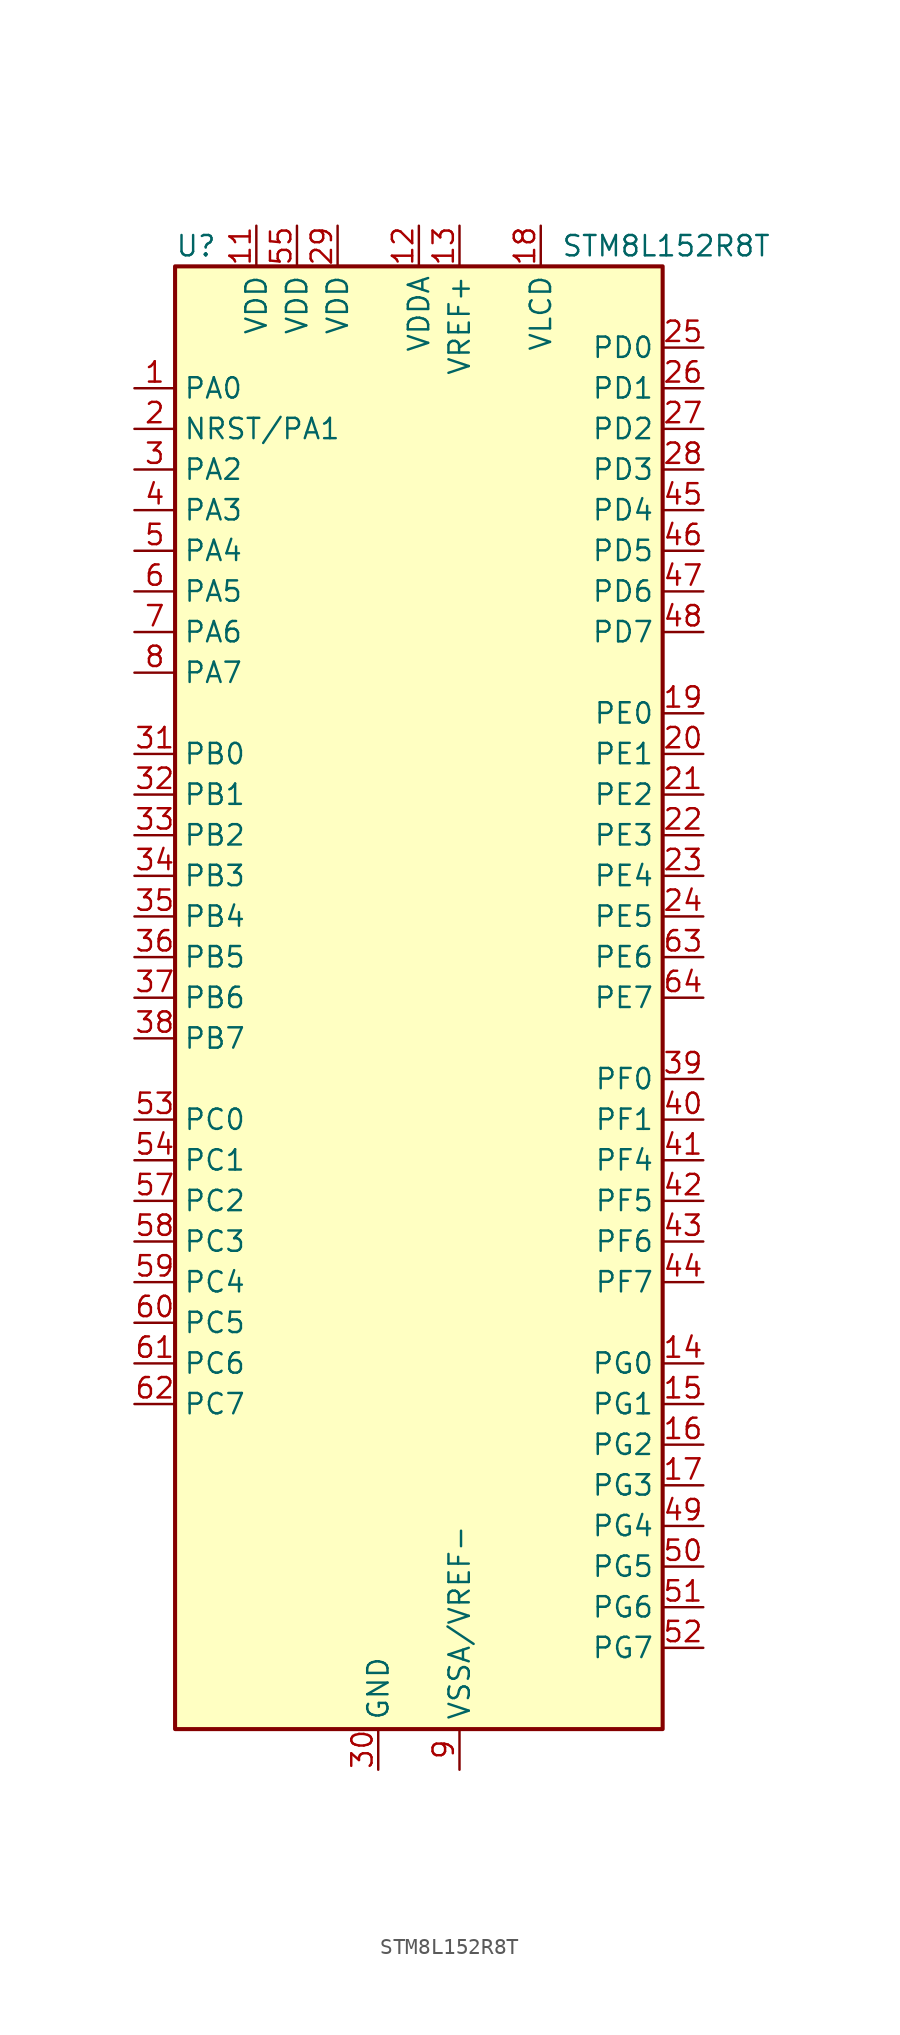
<source format=kicad_sym>
(kicad_symbol_lib
  (version 20201005)
  (generator kicad_symbol_editor)
  (symbol "MCU_ST_STM8:STM8L152R8T"
    (property "Reference" "U"
      (at -15.24 46.99 0)
      (effects (font (size 1.27 1.27)) (justify left)))
    (property "Value" "STM8L152R8T"
      (at 8.89 46.99 0)
      (effects (font (size 1.27 1.27)) (justify left)))
    (symbol "STM8L152R8T_0_0"
      (pin passive line (at -2.54 -48.26 90) (length 2.54) hide (name "GND" (effects (font (size 1.27 1.27)))) (number "10" (effects (font (size 1.27 1.27)))))
      (pin bidirectional line (at 17.78 12.7 180) (length 2.54) (name "PE2" (effects (font (size 1.27 1.27)))) (number "21" (effects (font (size 1.27 1.27)))))
      (pin bidirectional line (at 17.78 10.16 180) (length 2.54) (name "PE3" (effects (font (size 1.27 1.27)))) (number "22" (effects (font (size 1.27 1.27)))))
      (pin bidirectional line (at 17.78 7.62 180) (length 2.54) (name "PE4" (effects (font (size 1.27 1.27)))) (number "23" (effects (font (size 1.27 1.27)))))
      (pin bidirectional line (at 17.78 5.08 180) (length 2.54) (name "PE5" (effects (font (size 1.27 1.27)))) (number "24" (effects (font (size 1.27 1.27)))))
      (pin bidirectional line (at 17.78 40.64 180) (length 2.54) (name "PD0" (effects (font (size 1.27 1.27)))) (number "25" (effects (font (size 1.27 1.27)))))
      (pin bidirectional line (at 17.78 38.1 180) (length 2.54) (name "PD1" (effects (font (size 1.27 1.27)))) (number "26" (effects (font (size 1.27 1.27)))))
      (pin bidirectional line (at 17.78 35.56 180) (length 2.54) (name "PD2" (effects (font (size 1.27 1.27)))) (number "27" (effects (font (size 1.27 1.27)))))
      (pin bidirectional line (at 17.78 33.02 180) (length 2.54) (name "PD3" (effects (font (size 1.27 1.27)))) (number "28" (effects (font (size 1.27 1.27)))))
      (pin power_in line (at -5.08 48.26 270) (length 2.54) (name "VDD" (effects (font (size 1.27 1.27)))) (number "29" (effects (font (size 1.27 1.27)))))
      (pin power_in line (at -2.54 -48.26 90) (length 2.54) (name "GND" (effects (font (size 1.27 1.27)))) (number "30" (effects (font (size 1.27 1.27)))))
      (pin bidirectional line (at -17.78 15.24 0) (length 2.54) (name "PB0" (effects (font (size 1.27 1.27)))) (number "31" (effects (font (size 1.27 1.27)))))
      (pin bidirectional line (at -17.78 12.7 0) (length 2.54) (name "PB1" (effects (font (size 1.27 1.27)))) (number "32" (effects (font (size 1.27 1.27)))))
      (pin bidirectional line (at -17.78 10.16 0) (length 2.54) (name "PB2" (effects (font (size 1.27 1.27)))) (number "33" (effects (font (size 1.27 1.27)))))
      (pin bidirectional line (at -17.78 7.62 0) (length 2.54) (name "PB3" (effects (font (size 1.27 1.27)))) (number "34" (effects (font (size 1.27 1.27)))))
      (pin bidirectional line (at -17.78 5.08 0) (length 2.54) (name "PB4" (effects (font (size 1.27 1.27)))) (number "35" (effects (font (size 1.27 1.27)))))
      (pin bidirectional line (at -17.78 2.54 0) (length 2.54) (name "PB5" (effects (font (size 1.27 1.27)))) (number "36" (effects (font (size 1.27 1.27)))))
      (pin bidirectional line (at -17.78 0 0) (length 2.54) (name "PB6" (effects (font (size 1.27 1.27)))) (number "37" (effects (font (size 1.27 1.27)))))
      (pin bidirectional line (at -17.78 -2.54 0) (length 2.54) (name "PB7" (effects (font (size 1.27 1.27)))) (number "38" (effects (font (size 1.27 1.27)))))
      (pin bidirectional line (at 17.78 -5.08 180) (length 2.54) (name "PF0" (effects (font (size 1.27 1.27)))) (number "39" (effects (font (size 1.27 1.27)))))
      (pin bidirectional line (at 17.78 -7.62 180) (length 2.54) (name "PF1" (effects (font (size 1.27 1.27)))) (number "40" (effects (font (size 1.27 1.27)))))
      (pin bidirectional line (at 17.78 -10.16 180) (length 2.54) (name "PF4" (effects (font (size 1.27 1.27)))) (number "41" (effects (font (size 1.27 1.27)))))
      (pin bidirectional line (at 17.78 -12.7 180) (length 2.54) (name "PF5" (effects (font (size 1.27 1.27)))) (number "42" (effects (font (size 1.27 1.27)))))
      (pin bidirectional line (at 17.78 -15.24 180) (length 2.54) (name "PF6" (effects (font (size 1.27 1.27)))) (number "43" (effects (font (size 1.27 1.27)))))
      (pin bidirectional line (at 17.78 -17.78 180) (length 2.54) (name "PF7" (effects (font (size 1.27 1.27)))) (number "44" (effects (font (size 1.27 1.27)))))
      (pin bidirectional line (at 17.78 30.48 180) (length 2.54) (name "PD4" (effects (font (size 1.27 1.27)))) (number "45" (effects (font (size 1.27 1.27)))))
      (pin bidirectional line (at 17.78 27.94 180) (length 2.54) (name "PD5" (effects (font (size 1.27 1.27)))) (number "46" (effects (font (size 1.27 1.27)))))
      (pin bidirectional line (at 17.78 25.4 180) (length 2.54) (name "PD6" (effects (font (size 1.27 1.27)))) (number "47" (effects (font (size 1.27 1.27)))))
      (pin bidirectional line (at 17.78 22.86 180) (length 2.54) (name "PD7" (effects (font (size 1.27 1.27)))) (number "48" (effects (font (size 1.27 1.27)))))
      (pin bidirectional line (at 17.78 -33.02 180) (length 2.54) (name "PG4" (effects (font (size 1.27 1.27)))) (number "49" (effects (font (size 1.27 1.27)))))
      (pin bidirectional line (at 17.78 -35.56 180) (length 2.54) (name "PG5" (effects (font (size 1.27 1.27)))) (number "50" (effects (font (size 1.27 1.27)))))
      (pin bidirectional line (at 17.78 -38.1 180) (length 2.54) (name "PG6" (effects (font (size 1.27 1.27)))) (number "51" (effects (font (size 1.27 1.27)))))
      (pin bidirectional line (at 17.78 -40.64 180) (length 2.54) (name "PG7" (effects (font (size 1.27 1.27)))) (number "52" (effects (font (size 1.27 1.27)))))
      (pin bidirectional line (at -17.78 -7.62 0) (length 2.54) (name "PC0" (effects (font (size 1.27 1.27)))) (number "53" (effects (font (size 1.27 1.27)))))
      (pin bidirectional line (at -17.78 -10.16 0) (length 2.54) (name "PC1" (effects (font (size 1.27 1.27)))) (number "54" (effects (font (size 1.27 1.27)))))
      (pin power_in line (at -7.62 48.26 270) (length 2.54) (name "VDD" (effects (font (size 1.27 1.27)))) (number "55" (effects (font (size 1.27 1.27)))))
      (pin passive line (at -2.54 -48.26 90) (length 2.54) hide (name "GND" (effects (font (size 1.27 1.27)))) (number "56" (effects (font (size 1.27 1.27)))))
      (pin bidirectional line (at -17.78 -12.7 0) (length 2.54) (name "PC2" (effects (font (size 1.27 1.27)))) (number "57" (effects (font (size 1.27 1.27)))))
      (pin bidirectional line (at -17.78 -15.24 0) (length 2.54) (name "PC3" (effects (font (size 1.27 1.27)))) (number "58" (effects (font (size 1.27 1.27)))))
      (pin bidirectional line (at -17.78 -17.78 0) (length 2.54) (name "PC4" (effects (font (size 1.27 1.27)))) (number "59" (effects (font (size 1.27 1.27)))))
      (pin bidirectional line (at -17.78 -20.32 0) (length 2.54) (name "PC5" (effects (font (size 1.27 1.27)))) (number "60" (effects (font (size 1.27 1.27)))))
      (pin bidirectional line (at -17.78 -22.86 0) (length 2.54) (name "PC6" (effects (font (size 1.27 1.27)))) (number "61" (effects (font (size 1.27 1.27)))))
      (pin bidirectional line (at -17.78 -25.4 0) (length 2.54) (name "PC7" (effects (font (size 1.27 1.27)))) (number "62" (effects (font (size 1.27 1.27)))))
      (pin bidirectional line (at 17.78 2.54 180) (length 2.54) (name "PE6" (effects (font (size 1.27 1.27)))) (number "63" (effects (font (size 1.27 1.27)))))
      (pin bidirectional line (at 17.78 0 180) (length 2.54) (name "PE7" (effects (font (size 1.27 1.27)))) (number "64" (effects (font (size 1.27 1.27))))))
    (symbol "STM8L152R8T_0_1"
      (rectangle (start -15.24 45.72) (end 15.24 -45.72) (stroke (width 0.254)) (fill (type background))))
    (symbol "STM8L152R8T_1_1"
      (pin bidirectional line (at -17.78 38.1 0) (length 2.54) (name "PA0" (effects (font (size 1.27 1.27)))) (number "1" (effects (font (size 1.27 1.27)))))
      (pin power_in line (at -10.16 48.26 270) (length 2.54) (name "VDD" (effects (font (size 1.27 1.27)))) (number "11" (effects (font (size 1.27 1.27)))))
      (pin power_in line (at 0 48.26 270) (length 2.54) (name "VDDA" (effects (font (size 1.27 1.27)))) (number "12" (effects (font (size 1.27 1.27)))))
      (pin power_in line (at 2.54 48.26 270) (length 2.54) (name "VREF+" (effects (font (size 1.27 1.27)))) (number "13" (effects (font (size 1.27 1.27)))))
      (pin bidirectional line (at 17.78 -22.86 180) (length 2.54) (name "PG0" (effects (font (size 1.27 1.27)))) (number "14" (effects (font (size 1.27 1.27)))))
      (pin bidirectional line (at 17.78 -25.4 180) (length 2.54) (name "PG1" (effects (font (size 1.27 1.27)))) (number "15" (effects (font (size 1.27 1.27)))))
      (pin bidirectional line (at 17.78 -27.94 180) (length 2.54) (name "PG2" (effects (font (size 1.27 1.27)))) (number "16" (effects (font (size 1.27 1.27)))))
      (pin bidirectional line (at 17.78 -30.48 180) (length 2.54) (name "PG3" (effects (font (size 1.27 1.27)))) (number "17" (effects (font (size 1.27 1.27)))))
      (pin power_in line (at 7.62 48.26 270) (length 2.54) (name "VLCD" (effects (font (size 1.27 1.27)))) (number "18" (effects (font (size 1.27 1.27)))))
      (pin bidirectional line (at 17.78 17.78 180) (length 2.54) (name "PE0" (effects (font (size 1.27 1.27)))) (number "19" (effects (font (size 1.27 1.27)))))
      (pin bidirectional line (at -17.78 35.56 0) (length 2.54) (name "NRST/PA1" (effects (font (size 1.27 1.27)))) (number "2" (effects (font (size 1.27 1.27)))))
      (pin bidirectional line (at 17.78 15.24 180) (length 2.54) (name "PE1" (effects (font (size 1.27 1.27)))) (number "20" (effects (font (size 1.27 1.27)))))
      (pin bidirectional line (at -17.78 33.02 0) (length 2.54) (name "PA2" (effects (font (size 1.27 1.27)))) (number "3" (effects (font (size 1.27 1.27)))))
      (pin bidirectional line (at -17.78 30.48 0) (length 2.54) (name "PA3" (effects (font (size 1.27 1.27)))) (number "4" (effects (font (size 1.27 1.27)))))
      (pin bidirectional line (at -17.78 27.94 0) (length 2.54) (name "PA4" (effects (font (size 1.27 1.27)))) (number "5" (effects (font (size 1.27 1.27)))))
      (pin bidirectional line (at -17.78 25.4 0) (length 2.54) (name "PA5" (effects (font (size 1.27 1.27)))) (number "6" (effects (font (size 1.27 1.27)))))
      (pin bidirectional line (at -17.78 22.86 0) (length 2.54) (name "PA6" (effects (font (size 1.27 1.27)))) (number "7" (effects (font (size 1.27 1.27)))))
      (pin bidirectional line (at -17.78 20.32 0) (length 2.54) (name "PA7" (effects (font (size 1.27 1.27)))) (number "8" (effects (font (size 1.27 1.27)))))
      (pin power_in line (at 2.54 -48.26 90) (length 2.54) (name "VSSA/VREF-" (effects (font (size 1.27 1.27)))) (number "9" (effects (font (size 1.27 1.27))))))))
</source>
